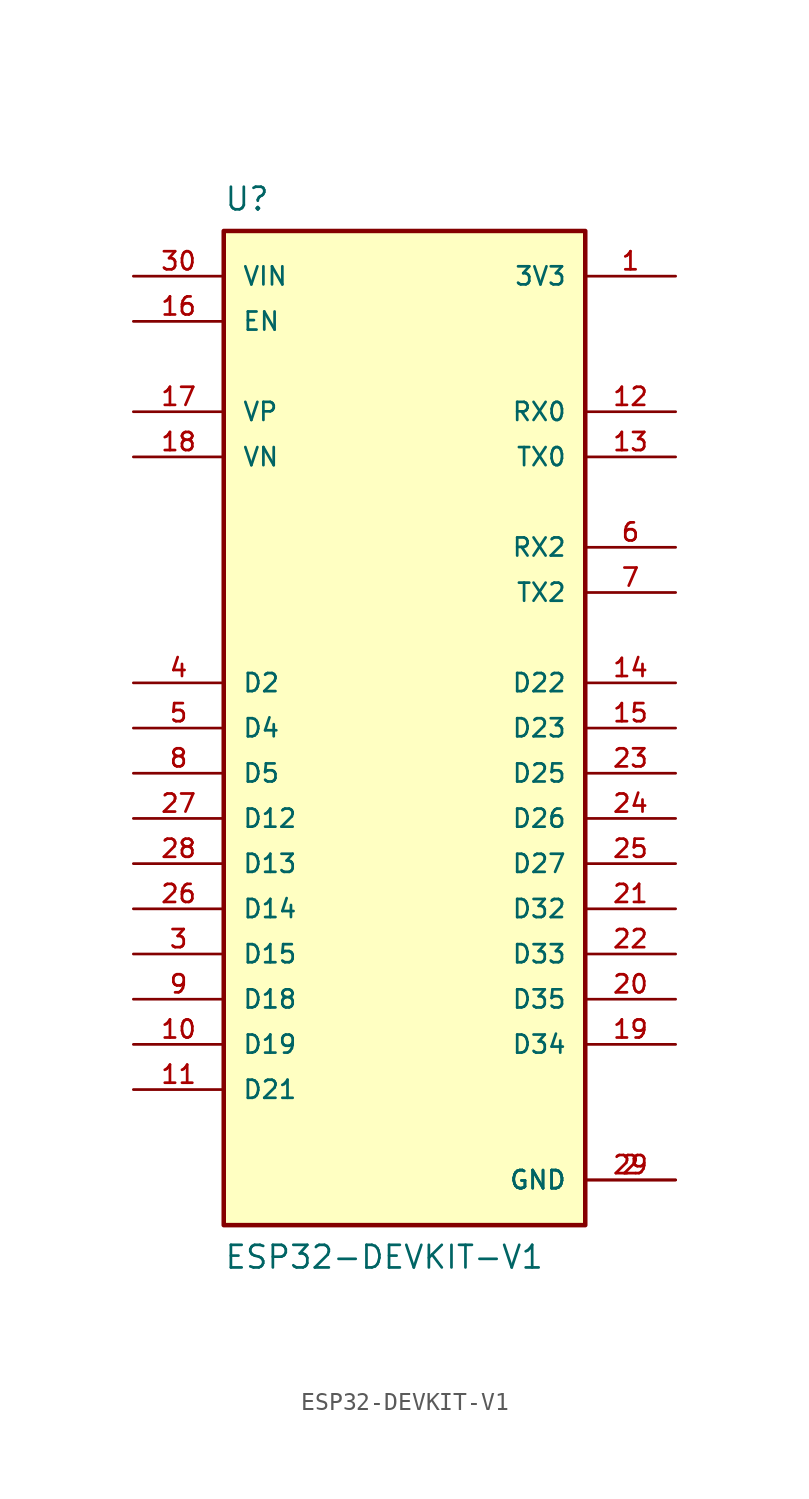
<source format=kicad_sym>
(kicad_symbol_lib
  (version 20231120)
  (generator "kicad_symbol_editor")
  (generator_version "8.0")
  (symbol "ESP32-DEVKIT-V1"
    (pin_names
      (offset 1.016))
    (property "Reference" "U"
      (at -10.16 30.48 0)
      (effects (font (size 1.27 1.27)) (justify left top)))
    (property "Value" "ESP32-DEVKIT-V1"
      (at -10.16 -30.48 0)
      (effects (font (size 1.27 1.27)) (justify left bottom)))
    (symbol "ESP32-DEVKIT-V1_0_0"
      (rectangle (start -10.16 -27.94) (end 10.16 27.94) (stroke (width 0.254) (type default)) (fill (type background)))
      (pin bidirectional line (at -15.24 -17.78 0) (length 5.08) (name "D19" (effects (font (size 1.016 1.016)))) (number "10" (effects (font (size 1.016 1.016)))))
      (pin bidirectional line (at -15.24 -20.32 0) (length 5.08) (name "D21" (effects (font (size 1.016 1.016)))) (number "11" (effects (font (size 1.016 1.016)))))
      (pin input line (at 15.24 17.78 180) (length 5.08) (name "RX0" (effects (font (size 1.016 1.016)))) (number "12" (effects (font (size 1.016 1.016)))))
      (pin output line (at 15.24 15.24 180) (length 5.08) (name "TX0" (effects (font (size 1.016 1.016)))) (number "13" (effects (font (size 1.016 1.016)))))
      (pin bidirectional line (at 15.24 2.54 180) (length 5.08) (name "D22" (effects (font (size 1.016 1.016)))) (number "14" (effects (font (size 1.016 1.016)))))
      (pin bidirectional line (at 15.24 0 180) (length 5.08) (name "D23" (effects (font (size 1.016 1.016)))) (number "15" (effects (font (size 1.016 1.016)))))
      (pin input line (at -15.24 22.86 0) (length 5.08) (name "EN" (effects (font (size 1.016 1.016)))) (number "16" (effects (font (size 1.016 1.016)))))
      (pin bidirectional line (at -15.24 17.78 0) (length 5.08) (name "VP" (effects (font (size 1.016 1.016)))) (number "17" (effects (font (size 1.016 1.016)))))
      (pin bidirectional line (at -15.24 15.24 0) (length 5.08) (name "VN" (effects (font (size 1.016 1.016)))) (number "18" (effects (font (size 1.016 1.016)))))
      (pin bidirectional line (at 15.24 -17.78 180) (length 5.08) (name "D34" (effects (font (size 1.016 1.016)))) (number "19" (effects (font (size 1.016 1.016)))))
      (pin power_in line (at 15.24 -25.4 180) (length 5.08) (name "GND" (effects (font (size 1.016 1.016)))) (number "2" (effects (font (size 1.016 1.016)))))
      (pin bidirectional line (at 15.24 -15.24 180) (length 5.08) (name "D35" (effects (font (size 1.016 1.016)))) (number "20" (effects (font (size 1.016 1.016)))))
      (pin bidirectional line (at 15.24 -10.16 180) (length 5.08) (name "D32" (effects (font (size 1.016 1.016)))) (number "21" (effects (font (size 1.016 1.016)))))
      (pin bidirectional line (at 15.24 -12.7 180) (length 5.08) (name "D33" (effects (font (size 1.016 1.016)))) (number "22" (effects (font (size 1.016 1.016)))))
      (pin bidirectional line (at 15.24 -2.54 180) (length 5.08) (name "D25" (effects (font (size 1.016 1.016)))) (number "23" (effects (font (size 1.016 1.016)))))
      (pin bidirectional line (at 15.24 -5.08 180) (length 5.08) (name "D26" (effects (font (size 1.016 1.016)))) (number "24" (effects (font (size 1.016 1.016)))))
      (pin bidirectional line (at 15.24 -7.62 180) (length 5.08) (name "D27" (effects (font (size 1.016 1.016)))) (number "25" (effects (font (size 1.016 1.016)))))
      (pin bidirectional line (at -15.24 -10.16 0) (length 5.08) (name "D14" (effects (font (size 1.016 1.016)))) (number "26" (effects (font (size 1.016 1.016)))))
      (pin bidirectional line (at -15.24 -5.08 0) (length 5.08) (name "D12" (effects (font (size 1.016 1.016)))) (number "27" (effects (font (size 1.016 1.016)))))
      (pin bidirectional line (at -15.24 -7.62 0) (length 5.08) (name "D13" (effects (font (size 1.016 1.016)))) (number "28" (effects (font (size 1.016 1.016)))))
      (pin power_in line (at 15.24 -25.4 180) (length 5.08) (name "GND" (effects (font (size 1.016 1.016)))) (number "29" (effects (font (size 1.016 1.016)))))
      (pin bidirectional line (at -15.24 -12.7 0) (length 5.08) (name "D15" (effects (font (size 1.016 1.016)))) (number "3" (effects (font (size 1.016 1.016)))))
      (pin bidirectional line (at -15.24 2.54 0) (length 5.08) (name "D2" (effects (font (size 1.016 1.016)))) (number "4" (effects (font (size 1.016 1.016)))))
      (pin bidirectional line (at -15.24 0 0) (length 5.08) (name "D4" (effects (font (size 1.016 1.016)))) (number "5" (effects (font (size 1.016 1.016)))))
      (pin input line (at 15.24 10.16 180) (length 5.08) (name "RX2" (effects (font (size 1.016 1.016)))) (number "6" (effects (font (size 1.016 1.016)))))
      (pin output line (at 15.24 7.62 180) (length 5.08) (name "TX2" (effects (font (size 1.016 1.016)))) (number "7" (effects (font (size 1.016 1.016)))))
      (pin bidirectional line (at -15.24 -2.54 0) (length 5.08) (name "D5" (effects (font (size 1.016 1.016)))) (number "8" (effects (font (size 1.016 1.016)))))
      (pin bidirectional line (at -15.24 -15.24 0) (length 5.08) (name "D18" (effects (font (size 1.016 1.016)))) (number "9" (effects (font (size 1.016 1.016))))))
    (symbol "ESP32-DEVKIT-V1_1_0"
      (pin power_out line (at 15.24 25.4 180) (length 5.08) (name "3V3" (effects (font (size 1.016 1.016)))) (number "1" (effects (font (size 1.016 1.016)))))
      (pin power_in line (at -15.24 25.4 0) (length 5.08) (name "VIN" (effects (font (size 1.016 1.016)))) (number "30" (effects (font (size 1.016 1.016))))))))
</source>
